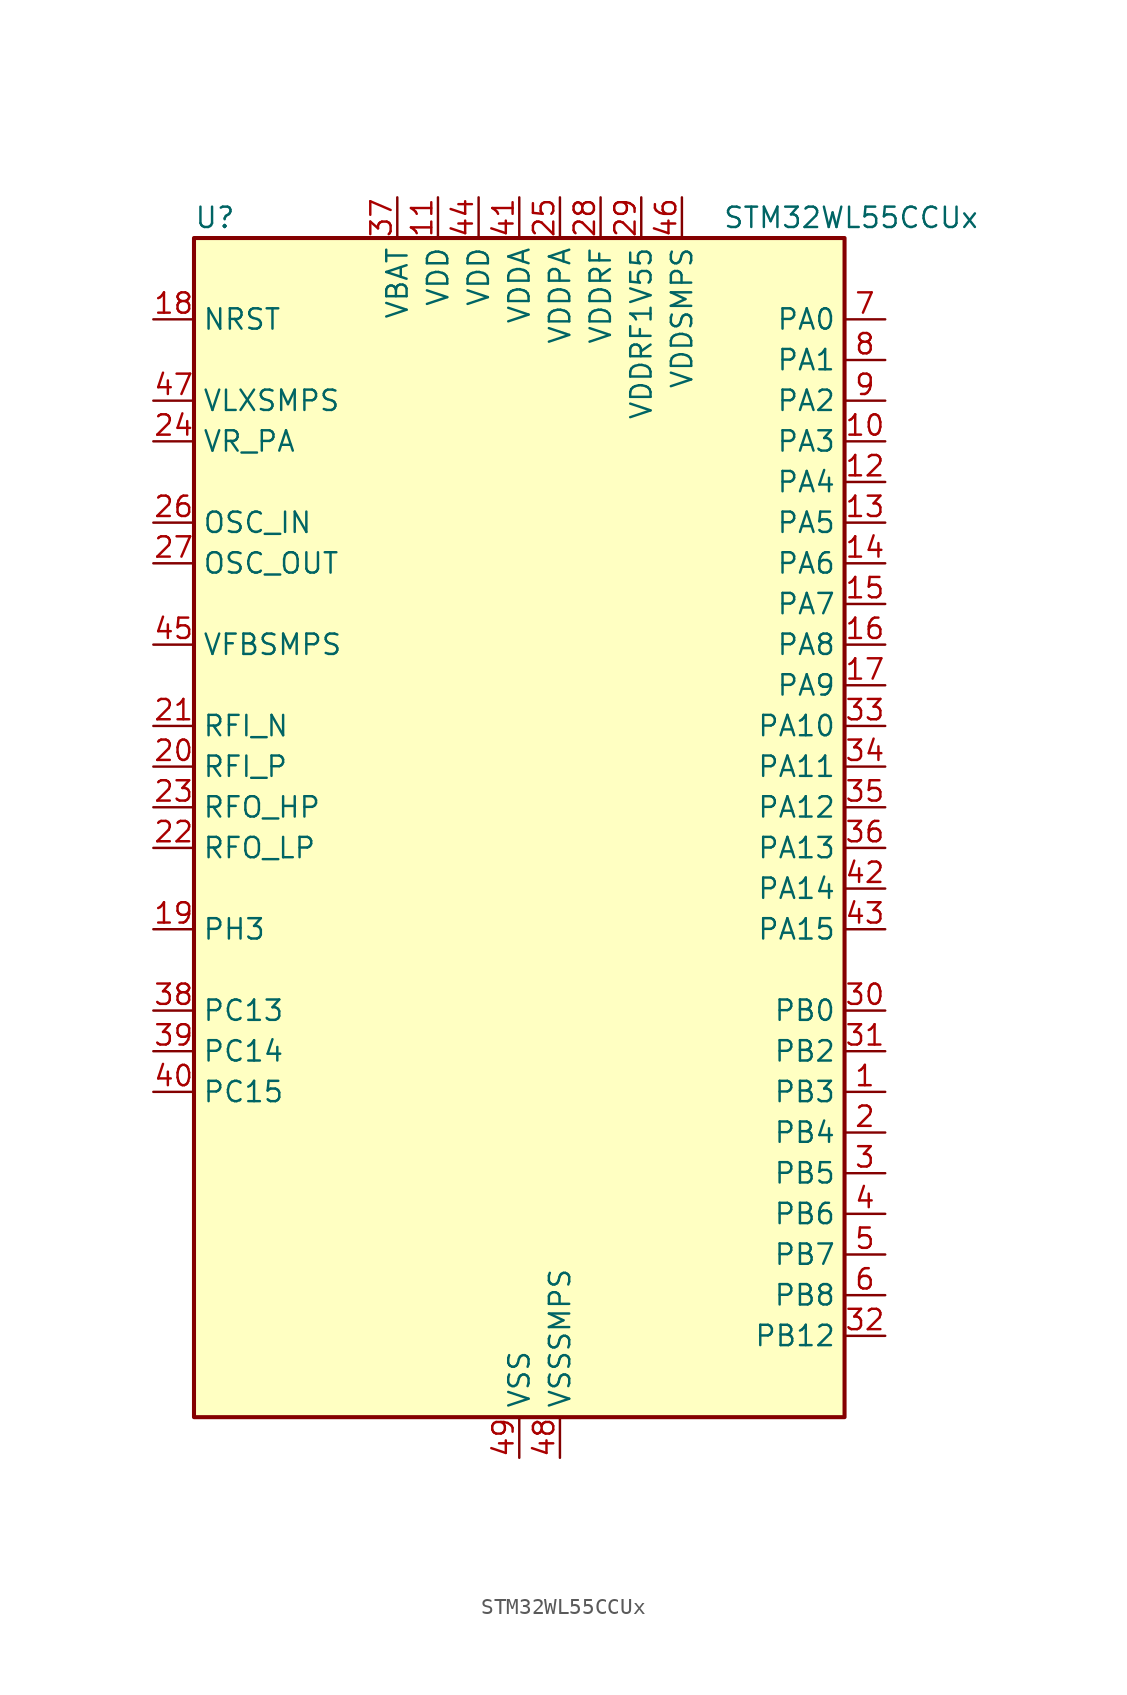
<source format=kicad_sym>
(kicad_symbol_lib
  (version 20241209)
  (generator "kicad_symbol_editor")
  (generator_version "9.0")
  (symbol "STM32WL55CCUx"
    (property "Reference" "U"
      (at -20.32 39.37 0)
      (effects (font (size 1.27 1.27)) (justify left)))
    (property "Value" "STM32WL55CCUx"
      (at 12.7 39.37 0)
      (effects (font (size 1.27 1.27)) (justify left)))
    (symbol "STM32WL55CCUx_0_1"
      (rectangle (start -20.32 -35.56) (end 20.32 38.1) (stroke (width 0.254) (type default)) (fill (type background))))
    (symbol "STM32WL55CCUx_1_1"
      (pin input line (at -22.86 33.02 0) (length 2.54) (name "NRST" (effects (font (size 1.27 1.27)))) (number "18" (effects (font (size 1.27 1.27)))))
      (pin power_in line (at -22.86 27.94 0) (length 2.54) (name "VLXSMPS" (effects (font (size 1.27 1.27)))) (number "47" (effects (font (size 1.27 1.27)))))
      (pin power_in line (at -22.86 25.4 0) (length 2.54) (name "VR_PA" (effects (font (size 1.27 1.27)))) (number "24" (effects (font (size 1.27 1.27)))))
      (pin input line (at -22.86 20.32 0) (length 2.54) (name "OSC_IN" (effects (font (size 1.27 1.27)))) (number "26" (effects (font (size 1.27 1.27)))) (alternate "RCC_OSC_IN" bidirectional line))
      (pin input line (at -22.86 17.78 0) (length 2.54) (name "OSC_OUT" (effects (font (size 1.27 1.27)))) (number "27" (effects (font (size 1.27 1.27)))) (alternate "RCC_OSC_OUT" bidirectional line))
      (pin input line (at -22.86 12.7 0) (length 2.54) (name "VFBSMPS" (effects (font (size 1.27 1.27)))) (number "45" (effects (font (size 1.27 1.27)))))
      (pin bidirectional line (at -22.86 7.62 0) (length 2.54) (name "RFI_N" (effects (font (size 1.27 1.27)))) (number "21" (effects (font (size 1.27 1.27)))))
      (pin bidirectional line (at -22.86 5.08 0) (length 2.54) (name "RFI_P" (effects (font (size 1.27 1.27)))) (number "20" (effects (font (size 1.27 1.27)))))
      (pin bidirectional line (at -22.86 2.54 0) (length 2.54) (name "RFO_HP" (effects (font (size 1.27 1.27)))) (number "23" (effects (font (size 1.27 1.27)))))
      (pin bidirectional line (at -22.86 0 0) (length 2.54) (name "RFO_LP" (effects (font (size 1.27 1.27)))) (number "22" (effects (font (size 1.27 1.27)))))
      (pin bidirectional line (at -22.86 -5.08 0) (length 2.54) (name "PH3" (effects (font (size 1.27 1.27)))) (number "19" (effects (font (size 1.27 1.27)))))
      (pin bidirectional line (at -22.86 -10.16 0) (length 2.54) (name "PC13" (effects (font (size 1.27 1.27)))) (number "38" (effects (font (size 1.27 1.27)))) (alternate "PWR_WKUP2" bidirectional line) (alternate "RTC_OUT1" bidirectional line) (alternate "RTC_TAMP_IN1" bidirectional line) (alternate "RTC_TS" bidirectional line))
      (pin bidirectional line (at -22.86 -12.7 0) (length 2.54) (name "PC14" (effects (font (size 1.27 1.27)))) (number "39" (effects (font (size 1.27 1.27)))) (alternate "RCC_OSC32_IN" bidirectional line))
      (pin bidirectional line (at -22.86 -15.24 0) (length 2.54) (name "PC15" (effects (font (size 1.27 1.27)))) (number "40" (effects (font (size 1.27 1.27)))) (alternate "RCC_OSC32_OUT" bidirectional line))
      (pin power_in line (at -7.62 40.64 270) (length 2.54) (name "VBAT" (effects (font (size 1.27 1.27)))) (number "37" (effects (font (size 1.27 1.27)))))
      (pin power_in line (at -5.08 40.64 270) (length 2.54) (name "VDD" (effects (font (size 1.27 1.27)))) (number "11" (effects (font (size 1.27 1.27)))))
      (pin power_in line (at -2.54 40.64 270) (length 2.54) (name "VDD" (effects (font (size 1.27 1.27)))) (number "44" (effects (font (size 1.27 1.27)))))
      (pin power_in line (at 0 40.64 270) (length 2.54) (name "VDDA" (effects (font (size 1.27 1.27)))) (number "41" (effects (font (size 1.27 1.27)))))
      (pin power_in line (at 0 -38.1 90) (length 2.54) (name "VSS" (effects (font (size 1.27 1.27)))) (number "49" (effects (font (size 1.27 1.27)))))
      (pin power_in line (at 2.54 40.64 270) (length 2.54) (name "VDDPA" (effects (font (size 1.27 1.27)))) (number "25" (effects (font (size 1.27 1.27)))))
      (pin power_in line (at 2.54 -38.1 90) (length 2.54) (name "VSSSMPS" (effects (font (size 1.27 1.27)))) (number "48" (effects (font (size 1.27 1.27)))))
      (pin power_in line (at 5.08 40.64 270) (length 2.54) (name "VDDRF" (effects (font (size 1.27 1.27)))) (number "28" (effects (font (size 1.27 1.27)))))
      (pin power_in line (at 7.62 40.64 270) (length 2.54) (name "VDDRF1V55" (effects (font (size 1.27 1.27)))) (number "29" (effects (font (size 1.27 1.27)))))
      (pin power_in line (at 10.16 40.64 270) (length 2.54) (name "VDDSMPS" (effects (font (size 1.27 1.27)))) (number "46" (effects (font (size 1.27 1.27)))))
      (pin bidirectional line (at 22.86 33.02 180) (length 2.54) (name "PA0" (effects (font (size 1.27 1.27)))) (number "7" (effects (font (size 1.27 1.27)))) (alternate "COMP1_OUT" bidirectional line) (alternate "DEBUG_PWR-REGLP1S" bidirectional line) (alternate "I2C3_SMBA" bidirectional line) (alternate "I2S_CKIN" bidirectional line) (alternate "PWR_WKUP1" bidirectional line) (alternate "RTC_TAMP_IN2" bidirectional line) (alternate "TIM2_CH1" bidirectional line) (alternate "TIM2_ETR" bidirectional line) (alternate "USART2_CTS" bidirectional line) (alternate "USART2_NSS" bidirectional line))
      (pin bidirectional line (at 22.86 30.48 180) (length 2.54) (name "PA1" (effects (font (size 1.27 1.27)))) (number "8" (effects (font (size 1.27 1.27)))) (alternate "DEBUG_PWR-REGLP2S" bidirectional line) (alternate "I2C1_SMBA" bidirectional line) (alternate "LPTIM3_OUT" bidirectional line) (alternate "LPUART1_RTS" bidirectional line) (alternate "SPI1_SCK" bidirectional line) (alternate "TIM2_CH2" bidirectional line) (alternate "USART2_DE" bidirectional line) (alternate "USART2_RTS" bidirectional line))
      (pin bidirectional line (at 22.86 27.94 180) (length 2.54) (name "PA2" (effects (font (size 1.27 1.27)))) (number "9" (effects (font (size 1.27 1.27)))) (alternate "COMP2_OUT" bidirectional line) (alternate "DEBUG_PWR-LDORDY" bidirectional line) (alternate "LPUART1_TX" bidirectional line) (alternate "RCC_LSCO" bidirectional line) (alternate "TIM2_CH3" bidirectional line) (alternate "USART2_TX" bidirectional line))
      (pin bidirectional line (at 22.86 25.4 180) (length 2.54) (name "PA3" (effects (font (size 1.27 1.27)))) (number "10" (effects (font (size 1.27 1.27)))) (alternate "I2S2_MCK" bidirectional line) (alternate "LPUART1_RX" bidirectional line) (alternate "TIM2_CH4" bidirectional line) (alternate "USART2_RX" bidirectional line))
      (pin bidirectional line (at 22.86 22.86 180) (length 2.54) (name "PA4" (effects (font (size 1.27 1.27)))) (number "12" (effects (font (size 1.27 1.27)))) (alternate "DEBUG_SUBGHZSPI-NSSOUT" bidirectional line) (alternate "LPTIM1_OUT" bidirectional line) (alternate "LPTIM2_OUT" bidirectional line) (alternate "RTC_OUT2" bidirectional line) (alternate "SPI1_NSS" bidirectional line) (alternate "USART2_CK" bidirectional line))
      (pin bidirectional line (at 22.86 20.32 180) (length 2.54) (name "PA5" (effects (font (size 1.27 1.27)))) (number "13" (effects (font (size 1.27 1.27)))) (alternate "DEBUG_SUBGHZSPI-SCKOUT" bidirectional line) (alternate "LPTIM2_ETR" bidirectional line) (alternate "SPI1_SCK" bidirectional line) (alternate "SPI2_MISO" bidirectional line) (alternate "TIM2_CH1" bidirectional line) (alternate "TIM2_ETR" bidirectional line))
      (pin bidirectional line (at 22.86 17.78 180) (length 2.54) (name "PA6" (effects (font (size 1.27 1.27)))) (number "14" (effects (font (size 1.27 1.27)))) (alternate "DEBUG_SUBGHZSPI-MISOOUT" bidirectional line) (alternate "I2C2_SMBA" bidirectional line) (alternate "LPUART1_CTS" bidirectional line) (alternate "SPI1_MISO" bidirectional line) (alternate "TIM16_CH1" bidirectional line) (alternate "TIM1_BKIN" bidirectional line))
      (pin bidirectional line (at 22.86 15.24 180) (length 2.54) (name "PA7" (effects (font (size 1.27 1.27)))) (number "15" (effects (font (size 1.27 1.27)))) (alternate "COMP2_OUT" bidirectional line) (alternate "DEBUG_SUBGHZSPI-MOSIOUT" bidirectional line) (alternate "I2C3_SCL" bidirectional line) (alternate "SPI1_MOSI" bidirectional line) (alternate "TIM17_CH1" bidirectional line) (alternate "TIM1_CH1N" bidirectional line))
      (pin bidirectional line (at 22.86 12.7 180) (length 2.54) (name "PA8" (effects (font (size 1.27 1.27)))) (number "16" (effects (font (size 1.27 1.27)))) (alternate "I2S2_CK" bidirectional line) (alternate "LPTIM2_OUT" bidirectional line) (alternate "RCC_MCO" bidirectional line) (alternate "SPI2_SCK" bidirectional line) (alternate "TIM1_CH1" bidirectional line) (alternate "USART1_CK" bidirectional line))
      (pin bidirectional line (at 22.86 10.16 180) (length 2.54) (name "PA9" (effects (font (size 1.27 1.27)))) (number "17" (effects (font (size 1.27 1.27)))) (alternate "DAC_EXTI9" bidirectional line) (alternate "I2C1_SCL" bidirectional line) (alternate "I2S2_CK" bidirectional line) (alternate "I2S2_WS" bidirectional line) (alternate "SPI2_NSS" bidirectional line) (alternate "SPI2_SCK" bidirectional line) (alternate "TIM1_CH2" bidirectional line) (alternate "USART1_TX" bidirectional line))
      (pin bidirectional line (at 22.86 7.62 180) (length 2.54) (name "PA10" (effects (font (size 1.27 1.27)))) (number "33" (effects (font (size 1.27 1.27)))) (alternate "ADC_IN6" bidirectional line) (alternate "COMP1_INM" bidirectional line) (alternate "COMP2_INM" bidirectional line) (alternate "DAC_OUT1" bidirectional line) (alternate "DEBUG_RF-HSE32RDY" bidirectional line) (alternate "I2C1_SDA" bidirectional line) (alternate "I2S2_SD" bidirectional line) (alternate "RTC_REFIN" bidirectional line) (alternate "SPI2_MOSI" bidirectional line) (alternate "TIM17_BKIN" bidirectional line) (alternate "TIM1_CH3" bidirectional line) (alternate "USART1_RX" bidirectional line))
      (pin bidirectional line (at 22.86 5.08 180) (length 2.54) (name "PA11" (effects (font (size 1.27 1.27)))) (number "34" (effects (font (size 1.27 1.27)))) (alternate "ADC_EXTI11" bidirectional line) (alternate "ADC_IN7" bidirectional line) (alternate "COMP1_INM" bidirectional line) (alternate "COMP2_INM" bidirectional line) (alternate "DEBUG_RF-NRESET" bidirectional line) (alternate "I2C2_SDA" bidirectional line) (alternate "LPTIM3_ETR" bidirectional line) (alternate "SPI1_MISO" bidirectional line) (alternate "TIM1_BKIN2" bidirectional line) (alternate "TIM1_CH4" bidirectional line) (alternate "USART1_CTS" bidirectional line) (alternate "USART1_NSS" bidirectional line))
      (pin bidirectional line (at 22.86 2.54 180) (length 2.54) (name "PA12" (effects (font (size 1.27 1.27)))) (number "35" (effects (font (size 1.27 1.27)))) (alternate "ADC_IN8" bidirectional line) (alternate "DEBUG_RF-BUSY" bidirectional line) (alternate "I2C2_SCL" bidirectional line) (alternate "LPTIM3_IN1" bidirectional line) (alternate "SPI1_MOSI" bidirectional line) (alternate "TIM1_ETR" bidirectional line) (alternate "USART1_DE" bidirectional line) (alternate "USART1_RTS" bidirectional line))
      (pin bidirectional line (at 22.86 0 180) (length 2.54) (name "PA13" (effects (font (size 1.27 1.27)))) (number "36" (effects (font (size 1.27 1.27)))) (alternate "ADC_IN9" bidirectional line) (alternate "DEBUG_JTMS-SWDIO" bidirectional line) (alternate "I2C2_SMBA" bidirectional line) (alternate "IR_OUT" bidirectional line))
      (pin bidirectional line (at 22.86 -2.54 180) (length 2.54) (name "PA14" (effects (font (size 1.27 1.27)))) (number "42" (effects (font (size 1.27 1.27)))) (alternate "ADC_IN10" bidirectional line) (alternate "DEBUG_JTCK-SWCLK" bidirectional line) (alternate "I2C1_SMBA" bidirectional line) (alternate "LPTIM1_OUT" bidirectional line))
      (pin bidirectional line (at 22.86 -5.08 180) (length 2.54) (name "PA15" (effects (font (size 1.27 1.27)))) (number "43" (effects (font (size 1.27 1.27)))) (alternate "ADC_IN11" bidirectional line) (alternate "COMP1_INM" bidirectional line) (alternate "COMP2_INP" bidirectional line) (alternate "DEBUG_JTDI" bidirectional line) (alternate "I2C2_SDA" bidirectional line) (alternate "SPI1_NSS" bidirectional line) (alternate "TIM2_CH1" bidirectional line) (alternate "TIM2_ETR" bidirectional line))
      (pin bidirectional line (at 22.86 -10.16 180) (length 2.54) (name "PB0" (effects (font (size 1.27 1.27)))) (number "30" (effects (font (size 1.27 1.27)))) (alternate "COMP1_OUT" bidirectional line) (alternate "VDDTCXO" bidirectional line))
      (pin bidirectional line (at 22.86 -12.7 180) (length 2.54) (name "PB2" (effects (font (size 1.27 1.27)))) (number "31" (effects (font (size 1.27 1.27)))) (alternate "ADC_IN4" bidirectional line) (alternate "COMP1_INP" bidirectional line) (alternate "COMP2_INM" bidirectional line) (alternate "DEBUG_RF-SMPSRDY" bidirectional line) (alternate "I2C3_SMBA" bidirectional line) (alternate "LPTIM1_OUT" bidirectional line) (alternate "SPI1_NSS" bidirectional line))
      (pin bidirectional line (at 22.86 -15.24 180) (length 2.54) (name "PB3" (effects (font (size 1.27 1.27)))) (number "1" (effects (font (size 1.27 1.27)))) (alternate "ADC_IN2" bidirectional line) (alternate "COMP1_INM" bidirectional line) (alternate "COMP2_INM" bidirectional line) (alternate "DEBUG_JTDO-SWO" bidirectional line) (alternate "DEBUG_RF-DTB1" bidirectional line) (alternate "PWR_WKUP3" bidirectional line) (alternate "RTC_TAMP_IN3" bidirectional line) (alternate "SPI1_SCK" bidirectional line) (alternate "TIM2_CH2" bidirectional line) (alternate "USART1_DE" bidirectional line) (alternate "USART1_RTS" bidirectional line))
      (pin bidirectional line (at 22.86 -17.78 180) (length 2.54) (name "PB4" (effects (font (size 1.27 1.27)))) (number "2" (effects (font (size 1.27 1.27)))) (alternate "ADC_IN3" bidirectional line) (alternate "COMP1_INP" bidirectional line) (alternate "COMP2_INP" bidirectional line) (alternate "DEBUG_JTRST" bidirectional line) (alternate "DEBUG_RF-LDORDY" bidirectional line) (alternate "I2C3_SDA" bidirectional line) (alternate "SPI1_MISO" bidirectional line) (alternate "TIM17_BKIN" bidirectional line) (alternate "USART1_CTS" bidirectional line) (alternate "USART1_NSS" bidirectional line))
      (pin bidirectional line (at 22.86 -20.32 180) (length 2.54) (name "PB5" (effects (font (size 1.27 1.27)))) (number "3" (effects (font (size 1.27 1.27)))) (alternate "COMP2_OUT" bidirectional line) (alternate "I2C1_SMBA" bidirectional line) (alternate "LPTIM1_IN1" bidirectional line) (alternate "SPI1_MOSI" bidirectional line) (alternate "TIM16_BKIN" bidirectional line) (alternate "USART1_CK" bidirectional line))
      (pin bidirectional line (at 22.86 -22.86 180) (length 2.54) (name "PB6" (effects (font (size 1.27 1.27)))) (number "4" (effects (font (size 1.27 1.27)))) (alternate "I2C1_SCL" bidirectional line) (alternate "LPTIM1_ETR" bidirectional line) (alternate "TIM16_CH1N" bidirectional line) (alternate "USART1_TX" bidirectional line))
      (pin bidirectional line (at 22.86 -25.4 180) (length 2.54) (name "PB7" (effects (font (size 1.27 1.27)))) (number "5" (effects (font (size 1.27 1.27)))) (alternate "I2C1_SDA" bidirectional line) (alternate "LPTIM1_IN2" bidirectional line) (alternate "PWR_PVD_IN" bidirectional line) (alternate "TIM17_CH1N" bidirectional line) (alternate "TIM1_BKIN" bidirectional line) (alternate "USART1_RX" bidirectional line))
      (pin bidirectional line (at 22.86 -27.94 180) (length 2.54) (name "PB8" (effects (font (size 1.27 1.27)))) (number "6" (effects (font (size 1.27 1.27)))) (alternate "I2C1_SCL" bidirectional line) (alternate "TIM16_CH1" bidirectional line) (alternate "TIM1_CH2N" bidirectional line))
      (pin bidirectional line (at 22.86 -30.48 180) (length 2.54) (name "PB12" (effects (font (size 1.27 1.27)))) (number "32" (effects (font (size 1.27 1.27)))) (alternate "I2C3_SMBA" bidirectional line) (alternate "I2S2_WS" bidirectional line) (alternate "LPUART1_RTS" bidirectional line) (alternate "SPI2_NSS" bidirectional line) (alternate "TIM1_BKIN" bidirectional line)))))
</source>
